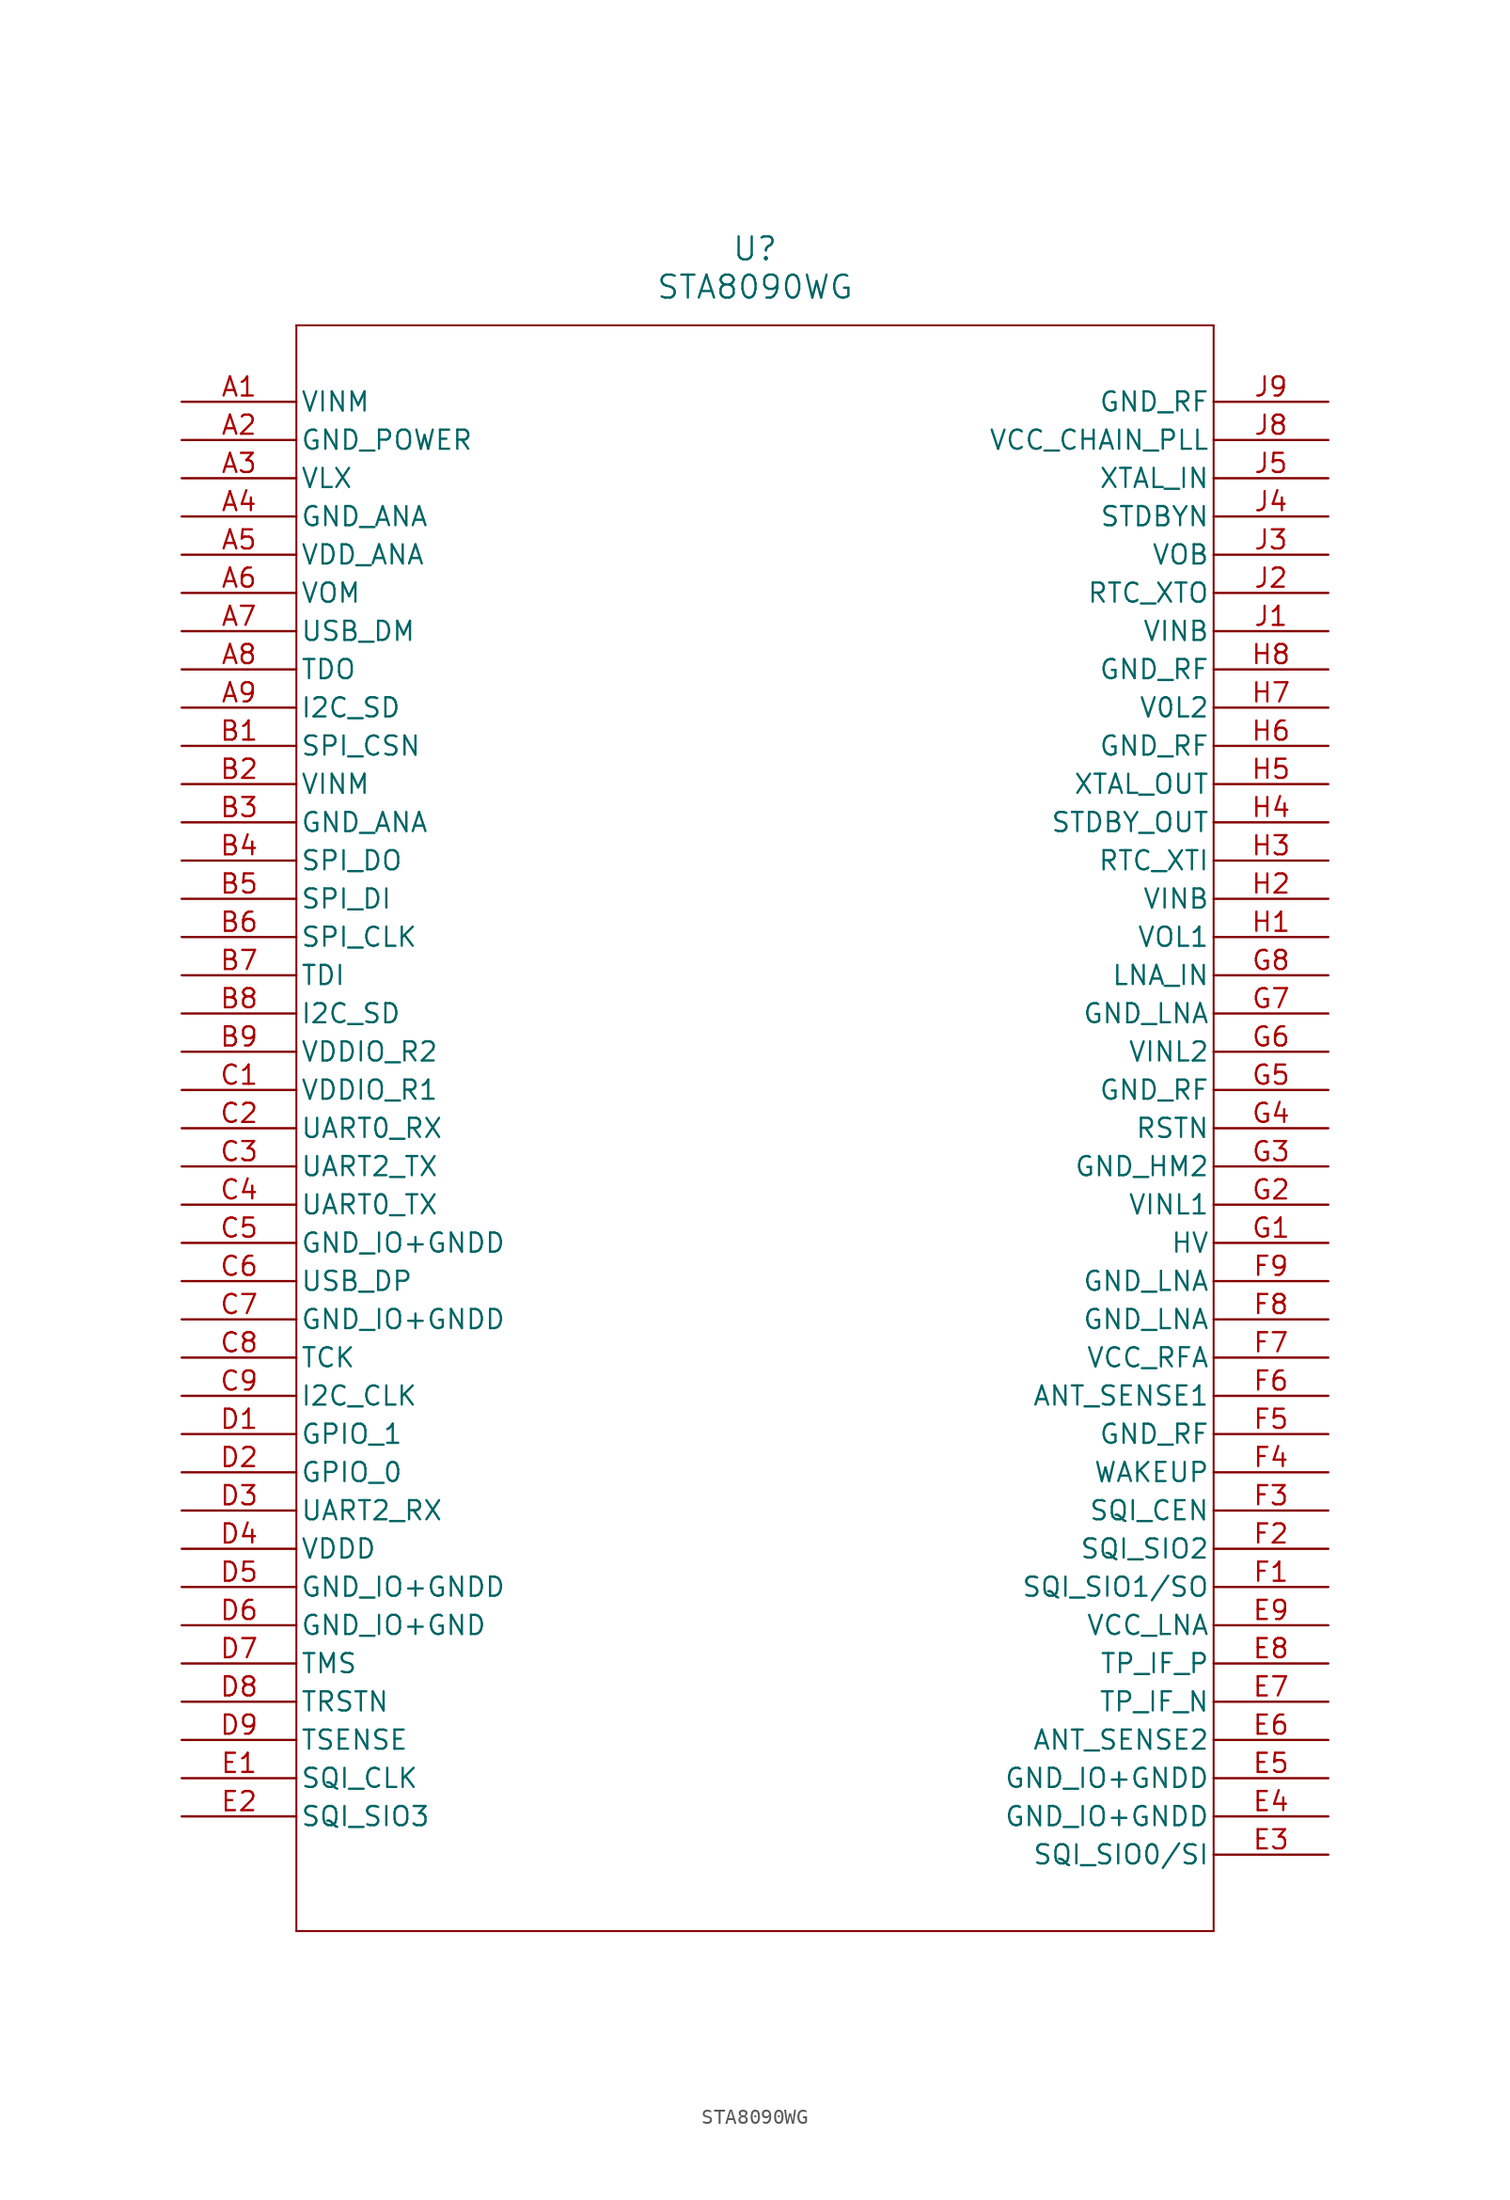
<source format=kicad_sym>
(kicad_symbol_lib
  (version 20211014)
  (generator kicad_symbol_editor)
  (symbol "STA8090WG"
    (pin_names
      (offset 0.254))
    (property "Reference" "U"
      (at 38.1 10.16 0)
      (effects (font (size 1.524 1.524))))
    (property "Value" "STA8090WG"
      (at 38.1 7.62 0)
      (effects (font (size 1.524 1.524))))
    (symbol "STA8090WG_0_1"
      (polyline (pts (xy 7.62 5.08) (xy 7.62 -101.6)) (stroke (width 0.127) (type default) (color 0 0 0 0)) (fill (type none)))
      (polyline (pts (xy 7.62 -101.6) (xy 68.58 -101.6)) (stroke (width 0.127) (type default) (color 0 0 0 0)) (fill (type none)))
      (polyline (pts (xy 68.58 -101.6) (xy 68.58 5.08)) (stroke (width 0.127) (type default) (color 0 0 0 0)) (fill (type none)))
      (polyline (pts (xy 68.58 5.08) (xy 7.62 5.08)) (stroke (width 0.127) (type default) (color 0 0 0 0)) (fill (type none)))
      (pin unspecified line (at 0 0 0) (length 7.62) (name "VINM" (effects (font (size 1.27 1.27)))) (number "A1" (effects (font (size 1.27 1.27)))))
      (pin power_out line (at 0 -2.54 0) (length 7.62) (name "GND_POWER" (effects (font (size 1.27 1.27)))) (number "A2" (effects (font (size 1.27 1.27)))))
      (pin unspecified line (at 0 -5.08 0) (length 7.62) (name "VLX" (effects (font (size 1.27 1.27)))) (number "A3" (effects (font (size 1.27 1.27)))))
      (pin power_out line (at 0 -7.62 0) (length 7.62) (name "GND_ANA" (effects (font (size 1.27 1.27)))) (number "A4" (effects (font (size 1.27 1.27)))))
      (pin power_in line (at 0 -10.16 0) (length 7.62) (name "VDD_ANA" (effects (font (size 1.27 1.27)))) (number "A5" (effects (font (size 1.27 1.27)))))
      (pin unspecified line (at 0 -12.7 0) (length 7.62) (name "VOM" (effects (font (size 1.27 1.27)))) (number "A6" (effects (font (size 1.27 1.27)))))
      (pin unspecified line (at 0 -15.24 0) (length 7.62) (name "USB_DM" (effects (font (size 1.27 1.27)))) (number "A7" (effects (font (size 1.27 1.27)))))
      (pin unspecified line (at 0 -17.78 0) (length 7.62) (name "TDO" (effects (font (size 1.27 1.27)))) (number "A8" (effects (font (size 1.27 1.27)))))
      (pin bidirectional line (at 0 -20.32 0) (length 7.62) (name "I2C_SD" (effects (font (size 1.27 1.27)))) (number "A9" (effects (font (size 1.27 1.27)))))
      (pin unspecified line (at 0 -22.86 0) (length 7.62) (name "SPI_CSN" (effects (font (size 1.27 1.27)))) (number "B1" (effects (font (size 1.27 1.27)))))
      (pin unspecified line (at 0 -25.4 0) (length 7.62) (name "VINM" (effects (font (size 1.27 1.27)))) (number "B2" (effects (font (size 1.27 1.27)))))
      (pin power_out line (at 0 -27.94 0) (length 7.62) (name "GND_ANA" (effects (font (size 1.27 1.27)))) (number "B3" (effects (font (size 1.27 1.27)))))
      (pin unspecified line (at 0 -30.48 0) (length 7.62) (name "SPI_DO" (effects (font (size 1.27 1.27)))) (number "B4" (effects (font (size 1.27 1.27)))))
      (pin unspecified line (at 0 -33.02 0) (length 7.62) (name "SPI_DI" (effects (font (size 1.27 1.27)))) (number "B5" (effects (font (size 1.27 1.27)))))
      (pin unspecified line (at 0 -35.56 0) (length 7.62) (name "SPI_CLK" (effects (font (size 1.27 1.27)))) (number "B6" (effects (font (size 1.27 1.27)))))
      (pin unspecified line (at 0 -38.1 0) (length 7.62) (name "TDI" (effects (font (size 1.27 1.27)))) (number "B7" (effects (font (size 1.27 1.27)))))
      (pin bidirectional line (at 0 -40.64 0) (length 7.62) (name "I2C_SD" (effects (font (size 1.27 1.27)))) (number "B8" (effects (font (size 1.27 1.27)))))
      (pin power_in line (at 0 -43.18 0) (length 7.62) (name "VDDIO_R2" (effects (font (size 1.27 1.27)))) (number "B9" (effects (font (size 1.27 1.27)))))
      (pin power_in line (at 0 -45.72 0) (length 7.62) (name "VDDIO_R1" (effects (font (size 1.27 1.27)))) (number "C1" (effects (font (size 1.27 1.27)))))
      (pin bidirectional line (at 0 -48.26 0) (length 7.62) (name "UART0_RX" (effects (font (size 1.27 1.27)))) (number "C2" (effects (font (size 1.27 1.27)))))
      (pin bidirectional line (at 0 -50.8 0) (length 7.62) (name "UART2_TX" (effects (font (size 1.27 1.27)))) (number "C3" (effects (font (size 1.27 1.27)))))
      (pin bidirectional line (at 0 -53.34 0) (length 7.62) (name "UART0_TX" (effects (font (size 1.27 1.27)))) (number "C4" (effects (font (size 1.27 1.27)))))
      (pin power_out line (at 0 -55.88 0) (length 7.62) (name "GND_IO+GNDD" (effects (font (size 1.27 1.27)))) (number "C5" (effects (font (size 1.27 1.27)))))
      (pin unspecified line (at 0 -58.42 0) (length 7.62) (name "USB_DP" (effects (font (size 1.27 1.27)))) (number "C6" (effects (font (size 1.27 1.27)))))
      (pin power_out line (at 0 -60.96 0) (length 7.62) (name "GND_IO+GNDD" (effects (font (size 1.27 1.27)))) (number "C7" (effects (font (size 1.27 1.27)))))
      (pin unspecified line (at 0 -63.5 0) (length 7.62) (name "TCK" (effects (font (size 1.27 1.27)))) (number "C8" (effects (font (size 1.27 1.27)))))
      (pin bidirectional line (at 0 -66.04 0) (length 7.62) (name "I2C_CLK" (effects (font (size 1.27 1.27)))) (number "C9" (effects (font (size 1.27 1.27)))))
      (pin bidirectional line (at 0 -68.58 0) (length 7.62) (name "GPIO_1" (effects (font (size 1.27 1.27)))) (number "D1" (effects (font (size 1.27 1.27)))))
      (pin bidirectional line (at 0 -71.12 0) (length 7.62) (name "GPIO_0" (effects (font (size 1.27 1.27)))) (number "D2" (effects (font (size 1.27 1.27)))))
      (pin bidirectional line (at 0 -73.66 0) (length 7.62) (name "UART2_RX" (effects (font (size 1.27 1.27)))) (number "D3" (effects (font (size 1.27 1.27)))))
      (pin power_in line (at 0 -76.2 0) (length 7.62) (name "VDDD" (effects (font (size 1.27 1.27)))) (number "D4" (effects (font (size 1.27 1.27)))))
      (pin power_out line (at 0 -78.74 0) (length 7.62) (name "GND_IO+GNDD" (effects (font (size 1.27 1.27)))) (number "D5" (effects (font (size 1.27 1.27)))))
      (pin power_out line (at 0 -81.28 0) (length 7.62) (name "GND_IO+GND" (effects (font (size 1.27 1.27)))) (number "D6" (effects (font (size 1.27 1.27)))))
      (pin unspecified line (at 0 -83.82 0) (length 7.62) (name "TMS" (effects (font (size 1.27 1.27)))) (number "D7" (effects (font (size 1.27 1.27)))))
      (pin unspecified line (at 0 -86.36 0) (length 7.62) (name "TRSTN" (effects (font (size 1.27 1.27)))) (number "D8" (effects (font (size 1.27 1.27)))))
      (pin unspecified line (at 0 -88.9 0) (length 7.62) (name "TSENSE" (effects (font (size 1.27 1.27)))) (number "D9" (effects (font (size 1.27 1.27)))))
      (pin unspecified line (at 0 -91.44 0) (length 7.62) (name "SQI_CLK" (effects (font (size 1.27 1.27)))) (number "E1" (effects (font (size 1.27 1.27)))))
      (pin bidirectional line (at 0 -93.98 0) (length 7.62) (name "SQI_SIO3" (effects (font (size 1.27 1.27)))) (number "E2" (effects (font (size 1.27 1.27)))))
      (pin bidirectional line (at 76.2 -96.52 180) (length 7.62) (name "SQI_SIO0/SI" (effects (font (size 1.27 1.27)))) (number "E3" (effects (font (size 1.27 1.27)))))
      (pin power_out line (at 76.2 -93.98 180) (length 7.62) (name "GND_IO+GNDD" (effects (font (size 1.27 1.27)))) (number "E4" (effects (font (size 1.27 1.27)))))
      (pin power_out line (at 76.2 -91.44 180) (length 7.62) (name "GND_IO+GNDD" (effects (font (size 1.27 1.27)))) (number "E5" (effects (font (size 1.27 1.27)))))
      (pin bidirectional line (at 76.2 -88.9 180) (length 7.62) (name "ANT_SENSE2" (effects (font (size 1.27 1.27)))) (number "E6" (effects (font (size 1.27 1.27)))))
      (pin unspecified line (at 76.2 -86.36 180) (length 7.62) (name "TP_IF_N" (effects (font (size 1.27 1.27)))) (number "E7" (effects (font (size 1.27 1.27)))))
      (pin unspecified line (at 76.2 -83.82 180) (length 7.62) (name "TP_IF_P" (effects (font (size 1.27 1.27)))) (number "E8" (effects (font (size 1.27 1.27)))))
      (pin power_in line (at 76.2 -81.28 180) (length 7.62) (name "VCC_LNA" (effects (font (size 1.27 1.27)))) (number "E9" (effects (font (size 1.27 1.27)))))
      (pin bidirectional line (at 76.2 -78.74 180) (length 7.62) (name "SQI_SIO1/SO" (effects (font (size 1.27 1.27)))) (number "F1" (effects (font (size 1.27 1.27)))))
      (pin bidirectional line (at 76.2 -76.2 180) (length 7.62) (name "SQI_SIO2" (effects (font (size 1.27 1.27)))) (number "F2" (effects (font (size 1.27 1.27)))))
      (pin unspecified line (at 76.2 -73.66 180) (length 7.62) (name "SQI_CEN" (effects (font (size 1.27 1.27)))) (number "F3" (effects (font (size 1.27 1.27)))))
      (pin unspecified line (at 76.2 -71.12 180) (length 7.62) (name "WAKEUP" (effects (font (size 1.27 1.27)))) (number "F4" (effects (font (size 1.27 1.27)))))
      (pin power_out line (at 76.2 -68.58 180) (length 7.62) (name "GND_RF" (effects (font (size 1.27 1.27)))) (number "F5" (effects (font (size 1.27 1.27)))))
      (pin bidirectional line (at 76.2 -66.04 180) (length 7.62) (name "ANT_SENSE1" (effects (font (size 1.27 1.27)))) (number "F6" (effects (font (size 1.27 1.27)))))
      (pin power_in line (at 76.2 -63.5 180) (length 7.62) (name "VCC_RFA" (effects (font (size 1.27 1.27)))) (number "F7" (effects (font (size 1.27 1.27)))))
      (pin power_out line (at 76.2 -60.96 180) (length 7.62) (name "GND_LNA" (effects (font (size 1.27 1.27)))) (number "F8" (effects (font (size 1.27 1.27)))))
      (pin power_out line (at 76.2 -58.42 180) (length 7.62) (name "GND_LNA" (effects (font (size 1.27 1.27)))) (number "F9" (effects (font (size 1.27 1.27)))))
      (pin unspecified line (at 76.2 -55.88 180) (length 7.62) (name "HV" (effects (font (size 1.27 1.27)))) (number "G1" (effects (font (size 1.27 1.27)))))
      (pin bidirectional line (at 76.2 -53.34 180) (length 7.62) (name "VINL1" (effects (font (size 1.27 1.27)))) (number "G2" (effects (font (size 1.27 1.27)))))
      (pin power_out line (at 76.2 -50.8 180) (length 7.62) (name "GND_HM2" (effects (font (size 1.27 1.27)))) (number "G3" (effects (font (size 1.27 1.27)))))
      (pin unspecified line (at 76.2 -48.26 180) (length 7.62) (name "RSTN" (effects (font (size 1.27 1.27)))) (number "G4" (effects (font (size 1.27 1.27)))))
      (pin power_out line (at 76.2 -45.72 180) (length 7.62) (name "GND_RF" (effects (font (size 1.27 1.27)))) (number "G5" (effects (font (size 1.27 1.27)))))
      (pin bidirectional line (at 76.2 -43.18 180) (length 7.62) (name "VINL2" (effects (font (size 1.27 1.27)))) (number "G6" (effects (font (size 1.27 1.27)))))
      (pin power_out line (at 76.2 -40.64 180) (length 7.62) (name "GND_LNA" (effects (font (size 1.27 1.27)))) (number "G7" (effects (font (size 1.27 1.27)))))
      (pin unspecified line (at 76.2 -38.1 180) (length 7.62) (name "LNA_IN" (effects (font (size 1.27 1.27)))) (number "G8" (effects (font (size 1.27 1.27)))))
      (pin unspecified line (at 76.2 -35.56 180) (length 7.62) (name "VOL1" (effects (font (size 1.27 1.27)))) (number "H1" (effects (font (size 1.27 1.27)))))
      (pin unspecified line (at 76.2 -33.02 180) (length 7.62) (name "VINB" (effects (font (size 1.27 1.27)))) (number "H2" (effects (font (size 1.27 1.27)))))
      (pin unspecified line (at 76.2 -30.48 180) (length 7.62) (name "RTC_XTI" (effects (font (size 1.27 1.27)))) (number "H3" (effects (font (size 1.27 1.27)))))
      (pin output line (at 76.2 -27.94 180) (length 7.62) (name "STDBY_OUT" (effects (font (size 1.27 1.27)))) (number "H4" (effects (font (size 1.27 1.27)))))
      (pin output line (at 76.2 -25.4 180) (length 7.62) (name "XTAL_OUT" (effects (font (size 1.27 1.27)))) (number "H5" (effects (font (size 1.27 1.27)))))
      (pin power_out line (at 76.2 -22.86 180) (length 7.62) (name "GND_RF" (effects (font (size 1.27 1.27)))) (number "H6" (effects (font (size 1.27 1.27)))))
      (pin unspecified line (at 76.2 -20.32 180) (length 7.62) (name "V0L2" (effects (font (size 1.27 1.27)))) (number "H7" (effects (font (size 1.27 1.27)))))
      (pin power_out line (at 76.2 -17.78 180) (length 7.62) (name "GND_RF" (effects (font (size 1.27 1.27)))) (number "H8" (effects (font (size 1.27 1.27)))))
      (pin unspecified line (at 76.2 -15.24 180) (length 7.62) (name "VINB" (effects (font (size 1.27 1.27)))) (number "J1" (effects (font (size 1.27 1.27)))))
      (pin unspecified line (at 76.2 -12.7 180) (length 7.62) (name "RTC_XTO" (effects (font (size 1.27 1.27)))) (number "J2" (effects (font (size 1.27 1.27)))))
      (pin unspecified line (at 76.2 -10.16 180) (length 7.62) (name "VOB" (effects (font (size 1.27 1.27)))) (number "J3" (effects (font (size 1.27 1.27)))))
      (pin unspecified line (at 76.2 -7.62 180) (length 7.62) (name "STDBYN" (effects (font (size 1.27 1.27)))) (number "J4" (effects (font (size 1.27 1.27)))))
      (pin unspecified line (at 76.2 -5.08 180) (length 7.62) (name "XTAL_IN" (effects (font (size 1.27 1.27)))) (number "J5" (effects (font (size 1.27 1.27)))))
      (pin power_in line (at 76.2 -2.54 180) (length 7.62) (name "VCC_CHAIN_PLL" (effects (font (size 1.27 1.27)))) (number "J8" (effects (font (size 1.27 1.27)))))
      (pin power_out line (at 76.2 0 180) (length 7.62) (name "GND_RF" (effects (font (size 1.27 1.27)))) (number "J9" (effects (font (size 1.27 1.27))))))))
</source>
